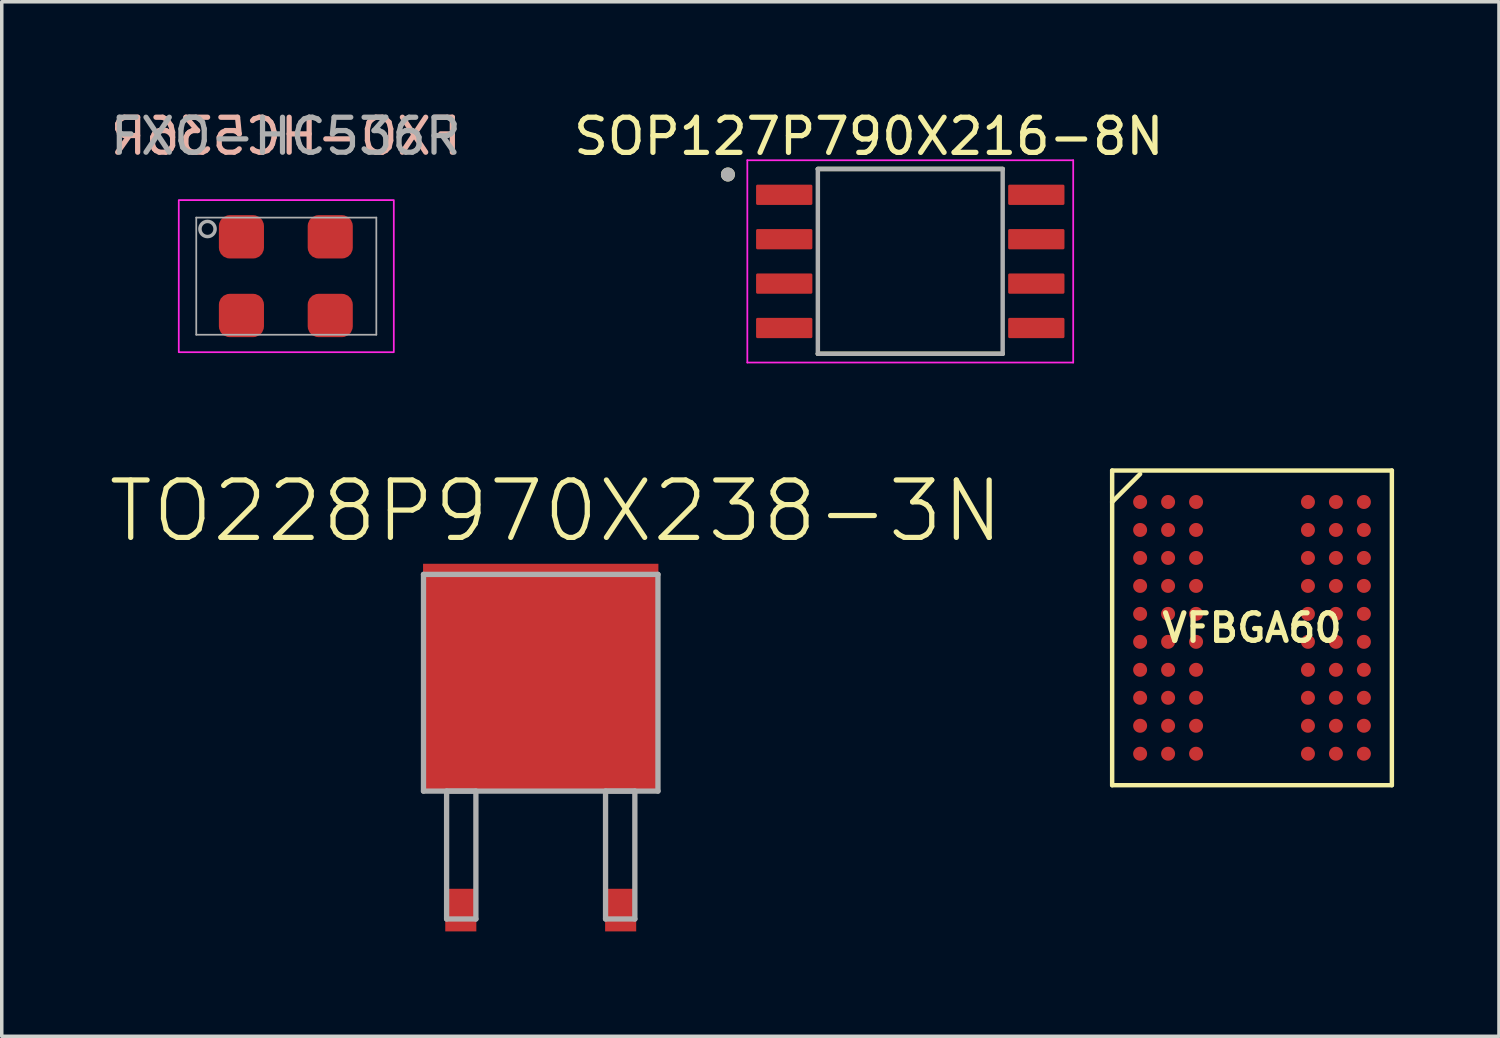
<source format=kicad_pcb>
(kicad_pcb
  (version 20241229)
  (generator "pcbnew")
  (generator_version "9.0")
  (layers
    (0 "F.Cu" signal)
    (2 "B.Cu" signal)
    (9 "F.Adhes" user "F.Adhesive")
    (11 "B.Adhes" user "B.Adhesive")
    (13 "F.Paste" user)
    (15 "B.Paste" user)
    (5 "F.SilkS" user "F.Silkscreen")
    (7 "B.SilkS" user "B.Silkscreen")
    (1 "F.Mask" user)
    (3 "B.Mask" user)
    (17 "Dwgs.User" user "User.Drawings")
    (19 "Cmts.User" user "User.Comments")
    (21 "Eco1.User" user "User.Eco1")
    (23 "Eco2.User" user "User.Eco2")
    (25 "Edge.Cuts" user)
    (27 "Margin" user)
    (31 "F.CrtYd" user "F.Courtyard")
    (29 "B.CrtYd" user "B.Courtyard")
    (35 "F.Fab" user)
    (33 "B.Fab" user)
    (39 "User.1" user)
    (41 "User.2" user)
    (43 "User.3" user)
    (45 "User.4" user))
  (footprint "TO228P970X238-3N"
    (layer "F.Cu")
    (at 12.415 16.477)
    (property "Reference" "TO228P970X238-3N" (at 0.432 -4.909 0) (layer "F.SilkS") (effects (font (size 1.642 1.642) (thickness 0.15))))
    (attr smd)
    (fp_line (start -3.353 -3.099) (end -3.353 3.099) (stroke (width 0.152) (type solid)) (layer "F.Fab"))
    (fp_line (start -3.353 3.099) (end 3.353 3.099) (stroke (width 0.152) (type solid)) (layer "F.Fab"))
    (fp_line (start -2.692 3.099) (end -2.692 6.756) (stroke (width 0.152) (type solid)) (layer "F.Fab"))
    (fp_line (start -2.692 6.756) (end -1.854 6.756) (stroke (width 0.152) (type solid)) (layer "F.Fab"))
    (fp_line (start -1.854 3.099) (end -2.692 3.099) (stroke (width 0.152) (type solid)) (layer "F.Fab"))
    (fp_line (start -1.854 6.756) (end -1.854 3.099) (stroke (width 0.152) (type solid)) (layer "F.Fab"))
    (fp_line (start 1.854 3.099) (end 1.854 6.756) (stroke (width 0.152) (type solid)) (layer "F.Fab"))
    (fp_line (start 1.854 6.756) (end 2.692 6.756) (stroke (width 0.152) (type solid)) (layer "F.Fab"))
    (fp_line (start 2.692 3.099) (end 1.854 3.099) (stroke (width 0.152) (type solid)) (layer "F.Fab"))
    (fp_line (start 2.692 6.756) (end 2.692 3.099) (stroke (width 0.152) (type solid)) (layer "F.Fab"))
    (fp_line (start 3.353 -3.099) (end -3.353 -3.099) (stroke (width 0.152) (type solid)) (layer "F.Fab"))
    (fp_line (start 3.353 3.099) (end 3.353 -3.099) (stroke (width 0.152) (type solid)) (layer "F.Fab"))
    (pad "1" smd rect (at -2.286 6.502) (size 0.889 1.219) (layers "F.Cu" "F.Mask" "F.Paste"))
    (pad "2" smd rect (at 0 -0.152) (size 6.731 6.502) (layers "F.Cu" "F.Mask" "F.Paste"))
    (pad "3" smd rect (at 2.286 6.502) (size 0.889 1.219) (layers "F.Cu" "F.Mask" "F.Paste")))
  (footprint "VFBGA60"
    (layer "F.Cu")
    (at 32.758 14.907)
    (property "Reference" "VFBGA60" (at 0 0 0) (layer "F.SilkS") (effects (font (size 0.787 0.787) (thickness 0.15))))
    (attr smd)
    (fp_line (start -4 -4.5) (end 4 -4.5) (stroke (width 0.127) (type solid)) (layer "F.SilkS"))
    (fp_line (start -4 -3.6) (end -4 -4.5) (stroke (width 0.127) (type solid)) (layer "F.SilkS"))
    (fp_line (start -4 -3.6) (end -3.2 -4.4) (stroke (width 0.127) (type solid)) (layer "F.SilkS"))
    (fp_line (start -4 4.5) (end -4 -3.6) (stroke (width 0.127) (type solid)) (layer "F.SilkS"))
    (fp_line (start 4 -4.5) (end 4 4.5) (stroke (width 0.127) (type solid)) (layer "F.SilkS"))
    (fp_line (start 4 4.5) (end -4 4.5) (stroke (width 0.127) (type solid)) (layer "F.SilkS"))
    (pad "A1" smd circle (at -3.2 -3.6) (size 0.4 0.4) (layers "F.Cu" "F.Mask" "F.Paste"))
    (pad "A2" smd circle (at -2.4 -3.6) (size 0.4 0.4) (layers "F.Cu" "F.Mask" "F.Paste"))
    (pad "A3" smd circle (at -1.6 -3.6) (size 0.4 0.4) (layers "F.Cu" "F.Mask" "F.Paste"))
    (pad "A7" smd circle (at 1.6 -3.6) (size 0.4 0.4) (layers "F.Cu" "F.Mask" "F.Paste"))
    (pad "A8" smd circle (at 2.4 -3.6) (size 0.4 0.4) (layers "F.Cu" "F.Mask" "F.Paste"))
    (pad "A9" smd circle (at 3.2 -3.6) (size 0.4 0.4) (layers "F.Cu" "F.Mask" "F.Paste"))
    (pad "B1" smd circle (at -3.2 -2.8) (size 0.4 0.4) (layers "F.Cu" "F.Mask" "F.Paste"))
    (pad "B2" smd circle (at -2.4 -2.8) (size 0.4 0.4) (layers "F.Cu" "F.Mask" "F.Paste"))
    (pad "B3" smd circle (at -1.6 -2.8) (size 0.4 0.4) (layers "F.Cu" "F.Mask" "F.Paste"))
    (pad "B7" smd circle (at 1.6 -2.8) (size 0.4 0.4) (layers "F.Cu" "F.Mask" "F.Paste"))
    (pad "B8" smd circle (at 2.4 -2.8) (size 0.4 0.4) (layers "F.Cu" "F.Mask" "F.Paste"))
    (pad "B9" smd circle (at 3.2 -2.8) (size 0.4 0.4) (layers "F.Cu" "F.Mask" "F.Paste"))
    (pad "C1" smd circle (at -3.2 -2) (size 0.4 0.4) (layers "F.Cu" "F.Mask" "F.Paste"))
    (pad "C2" smd circle (at -2.4 -2) (size 0.4 0.4) (layers "F.Cu" "F.Mask" "F.Paste"))
    (pad "C3" smd circle (at -1.6 -2) (size 0.4 0.4) (layers "F.Cu" "F.Mask" "F.Paste"))
    (pad "C7" smd circle (at 1.6 -2) (size 0.4 0.4) (layers "F.Cu" "F.Mask" "F.Paste"))
    (pad "C8" smd circle (at 2.4 -2) (size 0.4 0.4) (layers "F.Cu" "F.Mask" "F.Paste"))
    (pad "C9" smd circle (at 3.2 -2) (size 0.4 0.4) (layers "F.Cu" "F.Mask" "F.Paste"))
    (pad "D1" smd circle (at -3.2 -1.2) (size 0.4 0.4) (layers "F.Cu" "F.Mask" "F.Paste"))
    (pad "D2" smd circle (at -2.4 -1.2) (size 0.4 0.4) (layers "F.Cu" "F.Mask" "F.Paste"))
    (pad "D3" smd circle (at -1.6 -1.2) (size 0.4 0.4) (layers "F.Cu" "F.Mask" "F.Paste"))
    (pad "D7" smd circle (at 1.6 -1.2) (size 0.4 0.4) (layers "F.Cu" "F.Mask" "F.Paste"))
    (pad "D8" smd circle (at 2.4 -1.2) (size 0.4 0.4) (layers "F.Cu" "F.Mask" "F.Paste"))
    (pad "D9" smd circle (at 3.2 -1.2) (size 0.4 0.4) (layers "F.Cu" "F.Mask" "F.Paste"))
    (pad "E1" smd circle (at -3.2 -0.4) (size 0.4 0.4) (layers "F.Cu" "F.Mask" "F.Paste"))
    (pad "E2" smd circle (at -2.4 -0.4) (size 0.4 0.4) (layers "F.Cu" "F.Mask" "F.Paste"))
    (pad "E3" smd circle (at -1.6 -0.4) (size 0.4 0.4) (layers "F.Cu" "F.Mask" "F.Paste"))
    (pad "E7" smd circle (at 1.6 -0.4) (size 0.4 0.4) (layers "F.Cu" "F.Mask" "F.Paste"))
    (pad "E8" smd circle (at 2.4 -0.4) (size 0.4 0.4) (layers "F.Cu" "F.Mask" "F.Paste"))
    (pad "E9" smd circle (at 3.2 -0.4) (size 0.4 0.4) (layers "F.Cu" "F.Mask" "F.Paste"))
    (pad "F1" smd circle (at -3.2 0.4) (size 0.4 0.4) (layers "F.Cu" "F.Mask" "F.Paste"))
    (pad "F2" smd circle (at -2.4 0.4) (size 0.4 0.4) (layers "F.Cu" "F.Mask" "F.Paste"))
    (pad "F3" smd circle (at -1.6 0.4) (size 0.4 0.4) (layers "F.Cu" "F.Mask" "F.Paste"))
    (pad "F7" smd circle (at 1.6 0.4) (size 0.4 0.4) (layers "F.Cu" "F.Mask" "F.Paste"))
    (pad "F8" smd circle (at 2.4 0.4) (size 0.4 0.4) (layers "F.Cu" "F.Mask" "F.Paste"))
    (pad "F9" smd circle (at 3.2 0.4) (size 0.4 0.4) (layers "F.Cu" "F.Mask" "F.Paste"))
    (pad "G1" smd circle (at -3.2 1.2) (size 0.4 0.4) (layers "F.Cu" "F.Mask" "F.Paste"))
    (pad "G2" smd circle (at -2.4 1.2) (size 0.4 0.4) (layers "F.Cu" "F.Mask" "F.Paste"))
    (pad "G3" smd circle (at -1.6 1.2) (size 0.4 0.4) (layers "F.Cu" "F.Mask" "F.Paste"))
    (pad "G7" smd circle (at 1.6 1.2) (size 0.4 0.4) (layers "F.Cu" "F.Mask" "F.Paste"))
    (pad "G8" smd circle (at 2.4 1.2) (size 0.4 0.4) (layers "F.Cu" "F.Mask" "F.Paste"))
    (pad "G9" smd circle (at 3.2 1.2) (size 0.4 0.4) (layers "F.Cu" "F.Mask" "F.Paste"))
    (pad "H1" smd circle (at -3.2 2) (size 0.4 0.4) (layers "F.Cu" "F.Mask" "F.Paste"))
    (pad "H2" smd circle (at -2.4 2) (size 0.4 0.4) (layers "F.Cu" "F.Mask" "F.Paste"))
    (pad "H3" smd circle (at -1.6 2) (size 0.4 0.4) (layers "F.Cu" "F.Mask" "F.Paste"))
    (pad "H7" smd circle (at 1.6 2) (size 0.4 0.4) (layers "F.Cu" "F.Mask" "F.Paste"))
    (pad "H8" smd circle (at 2.4 2) (size 0.4 0.4) (layers "F.Cu" "F.Mask" "F.Paste"))
    (pad "H9" smd circle (at 3.2 2) (size 0.4 0.4) (layers "F.Cu" "F.Mask" "F.Paste"))
    (pad "J1" smd circle (at -3.2 2.8) (size 0.4 0.4) (layers "F.Cu" "F.Mask" "F.Paste"))
    (pad "J2" smd circle (at -2.4 2.8) (size 0.4 0.4) (layers "F.Cu" "F.Mask" "F.Paste"))
    (pad "J3" smd circle (at -1.6 2.8) (size 0.4 0.4) (layers "F.Cu" "F.Mask" "F.Paste"))
    (pad "J7" smd circle (at 1.6 2.8) (size 0.4 0.4) (layers "F.Cu" "F.Mask" "F.Paste"))
    (pad "J8" smd circle (at 2.4 2.8) (size 0.4 0.4) (layers "F.Cu" "F.Mask" "F.Paste"))
    (pad "J9" smd circle (at 3.2 2.8) (size 0.4 0.4) (layers "F.Cu" "F.Mask" "F.Paste"))
    (pad "K1" smd circle (at -3.2 3.6) (size 0.4 0.4) (layers "F.Cu" "F.Mask" "F.Paste"))
    (pad "K2" smd circle (at -2.4 3.6) (size 0.4 0.4) (layers "F.Cu" "F.Mask" "F.Paste"))
    (pad "K3" smd circle (at -1.6 3.6) (size 0.4 0.4) (layers "F.Cu" "F.Mask" "F.Paste"))
    (pad "K7" smd circle (at 1.6 3.6) (size 0.4 0.4) (layers "F.Cu" "F.Mask" "F.Paste"))
    (pad "K8" smd circle (at 2.4 3.6) (size 0.4 0.4) (layers "F.Cu" "F.Mask" "F.Paste"))
    (pad "K9" smd circle (at 3.2 3.6) (size 0.4 0.4) (layers "F.Cu" "F.Mask" "F.Paste")))
  (footprint "FXO-HC536R"
    (layer "F.Cu")
    (at 5.125 4.848)
    (property "Reference" "FXO-HC536R" (at 0 -4 0) (unlocked yes) (layer "B.SilkS") (effects (font (size 1 1) (thickness 0.15)) (justify mirror)))
    (attr smd)
    (fp_rect (start -3.062 -2.175) (end 3.088 2.175) (stroke (width 0.05) (type solid)) (fill no) (layer "F.CrtYd"))
    (fp_line (start -2.562 -1.675) (end -2.562 1.675) (stroke (width 0.05) (type solid)) (layer "F.Fab"))
    (fp_line (start -2.562 -1.675) (end 2.588 -1.675) (stroke (width 0.05) (type solid)) (layer "F.Fab"))
    (fp_line (start -2.562 1.675) (end 2.588 1.675) (stroke (width 0.05) (type solid)) (layer "F.Fab"))
    (fp_line (start 2.588 -1.675) (end 2.588 1.675) (stroke (width 0.05) (type solid)) (layer "F.Fab"))
    (fp_circle (center -2.24 -1.349) (end -2.023 -1.349) (stroke (width 0.1) (type solid)) (fill no) (layer "F.Fab"))
    (fp_text user "${REFERENCE}" (at 0 -4 0) (unlocked yes) (layer "F.Fab") (effects (font (size 1 1) (thickness 0.15))))
    (pad "1" smd roundrect (at -1.27 -1.125) (size 1.29 1.24) (layers "F.Cu" "F.Mask" "F.Paste") (roundrect_rratio 0.25))
    (pad "2" smd roundrect (at -1.27 1.125) (size 1.29 1.24) (layers "F.Cu" "F.Mask" "F.Paste") (roundrect_rratio 0.25))
    (pad "3" smd roundrect (at 1.27 1.125) (size 1.29 1.24) (layers "F.Cu" "F.Mask" "F.Paste") (roundrect_rratio 0.25))
    (pad "4" smd roundrect (at 1.27 -1.125) (size 1.29 1.24) (layers "F.Cu" "F.Mask" "F.Paste") (roundrect_rratio 0.25)))
  (footprint "SOP127P790X216-8N"
    (layer "F.Cu")
    (at 22.984 4.426)
    (property "Reference" "SOP127P790X216-8N" (at -1.186 -3.575 0) (layer "F.SilkS") (effects (font (size 1.005 1.005) (thickness 0.15))))
    (attr smd)
    (fp_line (start -2.643 -2.643) (end 2.643 -2.643) (stroke (width 0.127) (type solid)) (layer "F.SilkS"))
    (fp_line (start -2.643 2.643) (end 2.643 2.643) (stroke (width 0.127) (type solid)) (layer "F.SilkS"))
    (fp_circle (center -5.215 -2.485) (end -5.015 -2.485) (stroke (width 0) (type solid)) (fill yes) (layer "F.SilkS"))
    (fp_line (start -4.66 -2.893) (end -4.66 2.893) (stroke (width 0.05) (type solid)) (layer "F.CrtYd"))
    (fp_line (start -4.66 -2.893) (end 4.66 -2.893) (stroke (width 0.05) (type solid)) (layer "F.CrtYd"))
    (fp_line (start -4.66 2.893) (end 4.66 2.893) (stroke (width 0.05) (type solid)) (layer "F.CrtYd"))
    (fp_line (start 4.66 -2.893) (end 4.66 2.893) (stroke (width 0.05) (type solid)) (layer "F.CrtYd"))
    (fp_line (start -2.643 -2.643) (end -2.643 2.643) (stroke (width 0.127) (type solid)) (layer "F.Fab"))
    (fp_line (start -2.643 -2.643) (end 2.643 -2.643) (stroke (width 0.127) (type solid)) (layer "F.Fab"))
    (fp_line (start -2.643 2.643) (end 2.643 2.643) (stroke (width 0.127) (type solid)) (layer "F.Fab"))
    (fp_line (start 2.643 -2.643) (end 2.643 2.643) (stroke (width 0.127) (type solid)) (layer "F.Fab"))
    (fp_circle (center -5.215 -2.485) (end -5.015 -2.485) (stroke (width 0) (type solid)) (fill yes) (layer "F.Fab"))
    (pad "1" smd roundrect (at -3.605 -1.905) (size 1.61 0.58) (layers "F.Cu" "F.Mask" "F.Paste") (roundrect_rratio 0.07))
    (pad "2" smd roundrect (at -3.605 -0.635) (size 1.61 0.58) (layers "F.Cu" "F.Mask" "F.Paste") (roundrect_rratio 0.07))
    (pad "3" smd roundrect (at -3.605 0.635) (size 1.61 0.58) (layers "F.Cu" "F.Mask" "F.Paste") (roundrect_rratio 0.07))
    (pad "4" smd roundrect (at -3.605 1.905) (size 1.61 0.58) (layers "F.Cu" "F.Mask" "F.Paste") (roundrect_rratio 0.07))
    (pad "5" smd roundrect (at 3.605 1.905) (size 1.61 0.58) (layers "F.Cu" "F.Mask" "F.Paste") (roundrect_rratio 0.07))
    (pad "6" smd roundrect (at 3.605 0.635) (size 1.61 0.58) (layers "F.Cu" "F.Mask" "F.Paste") (roundrect_rratio 0.07))
    (pad "7" smd roundrect (at 3.605 -0.635) (size 1.61 0.58) (layers "F.Cu" "F.Mask" "F.Paste") (roundrect_rratio 0.07))
    (pad "8" smd roundrect (at 3.605 -1.905) (size 1.61 0.58) (layers "F.Cu" "F.Mask" "F.Paste") (roundrect_rratio 0.07)))
  (gr_rect
    (start -3 -3)
    (end 39.821 26.589)
    (stroke (width 0.1) (type default))
    (fill no)
    (layer "Edge.Cuts")))
</source>
